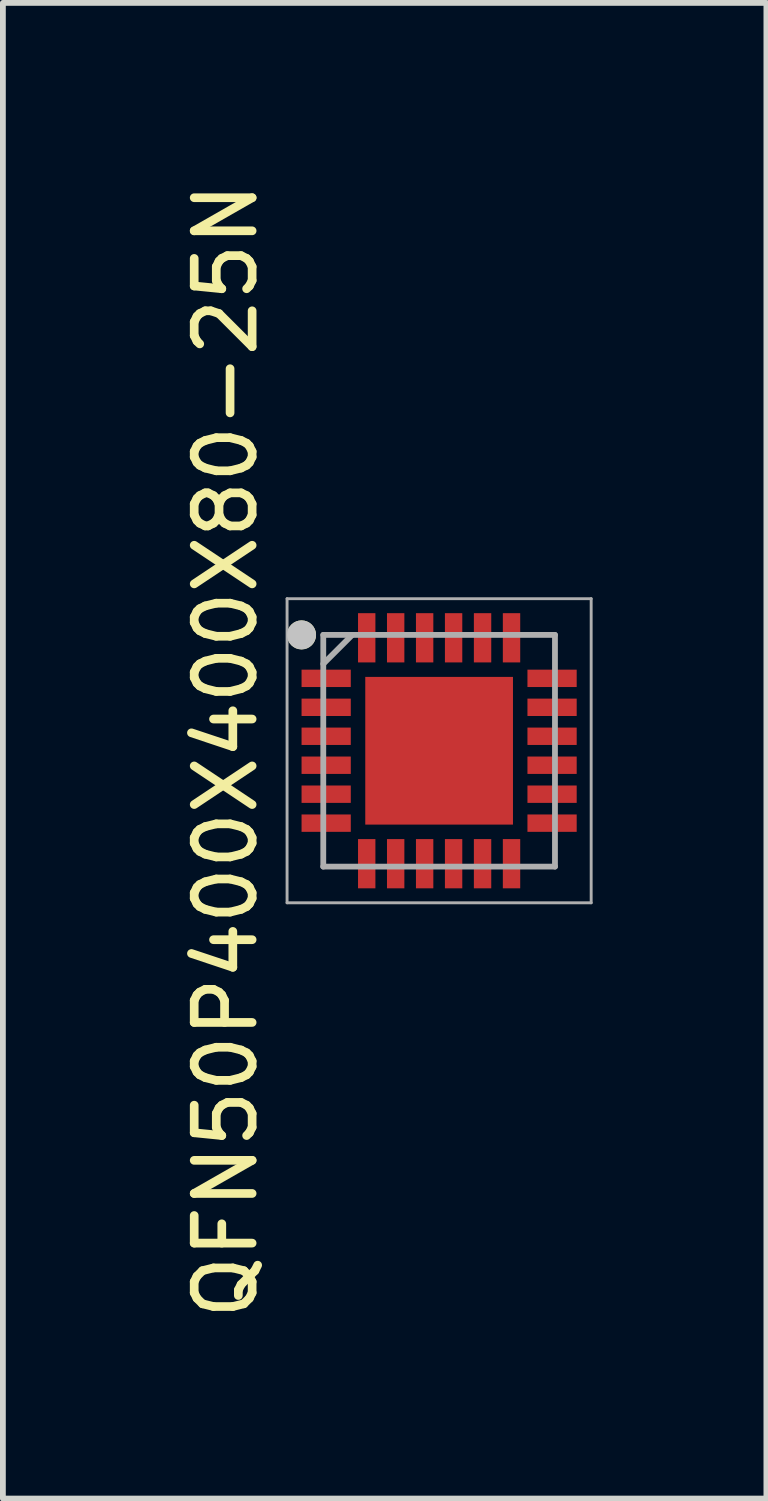
<source format=kicad_pcb>
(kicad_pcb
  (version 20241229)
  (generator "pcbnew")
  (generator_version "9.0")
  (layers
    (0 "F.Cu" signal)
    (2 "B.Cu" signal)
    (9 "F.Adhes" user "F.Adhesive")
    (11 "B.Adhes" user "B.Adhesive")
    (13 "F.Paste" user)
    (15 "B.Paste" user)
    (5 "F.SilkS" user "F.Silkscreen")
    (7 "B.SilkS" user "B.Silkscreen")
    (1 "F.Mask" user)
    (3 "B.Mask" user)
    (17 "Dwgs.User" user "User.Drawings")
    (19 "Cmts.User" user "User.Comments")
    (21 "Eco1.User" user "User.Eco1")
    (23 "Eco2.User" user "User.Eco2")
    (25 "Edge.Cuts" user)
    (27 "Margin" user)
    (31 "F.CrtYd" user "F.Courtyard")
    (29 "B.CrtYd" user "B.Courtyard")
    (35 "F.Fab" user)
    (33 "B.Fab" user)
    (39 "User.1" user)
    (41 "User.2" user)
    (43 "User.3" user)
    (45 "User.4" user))
  (footprint "QFN50P400X400X80-25N"
    (layer "F.Cu")
    (at 4.531 9.911)
    (property "Reference" "QFN50P400X400X80-25N" (at -3.683 0 90) (layer "F.SilkS") (effects (font (size 1 1) (thickness 0.15))))
    (attr through_hole)
    (fp_circle (center -2.375 -2) (end -2.25 -2) (stroke (width 0.25) (type solid)) (fill no) (layer "F.SilkS"))
    (fp_circle (center -2.375 -2) (end -2.25 -2) (stroke (width 0.25) (type solid)) (fill no) (layer "Dwgs.User"))
    (fp_line (start -2.625 -2.625) (end 2.625 -2.625) (stroke (width 0.05) (type solid)) (layer "F.Fab"))
    (fp_line (start -2.625 2.625) (end -2.625 -2.625) (stroke (width 0.05) (type solid)) (layer "F.Fab"))
    (fp_line (start -2 -2) (end 2 -2) (stroke (width 0.1) (type solid)) (layer "F.Fab"))
    (fp_line (start -2 -1.5) (end -1.5 -2) (stroke (width 0.1) (type solid)) (layer "F.Fab"))
    (fp_line (start -2 2) (end -2 -2) (stroke (width 0.1) (type solid)) (layer "F.Fab"))
    (fp_line (start 2 -2) (end 2 2) (stroke (width 0.1) (type solid)) (layer "F.Fab"))
    (fp_line (start 2 2) (end -2 2) (stroke (width 0.1) (type solid)) (layer "F.Fab"))
    (fp_line (start 2.625 -2.625) (end 2.625 2.625) (stroke (width 0.05) (type solid)) (layer "F.Fab"))
    (fp_line (start 2.625 2.625) (end -2.625 2.625) (stroke (width 0.05) (type solid)) (layer "F.Fab"))
    (pad "1" smd rect (at -1.95 -1.25) (size 0.85 0.3) (layers "F.Cu" "F.Mask" "F.Paste"))
    (pad "2" smd rect (at -1.95 -0.75) (size 0.85 0.3) (layers "F.Cu" "F.Mask" "F.Paste"))
    (pad "3" smd rect (at -1.95 -0.25) (size 0.85 0.3) (layers "F.Cu" "F.Mask" "F.Paste"))
    (pad "4" smd rect (at -1.95 0.25) (size 0.85 0.3) (layers "F.Cu" "F.Mask" "F.Paste"))
    (pad "5" smd rect (at -1.95 0.75) (size 0.85 0.3) (layers "F.Cu" "F.Mask" "F.Paste"))
    (pad "6" smd rect (at -1.95 1.25) (size 0.85 0.3) (layers "F.Cu" "F.Mask" "F.Paste"))
    (pad "7" smd rect (at -1.25 1.95 90) (size 0.85 0.3) (layers "F.Cu" "F.Mask" "F.Paste"))
    (pad "8" smd rect (at -0.75 1.95 90) (size 0.85 0.3) (layers "F.Cu" "F.Mask" "F.Paste"))
    (pad "9" smd rect (at -0.25 1.95 90) (size 0.85 0.3) (layers "F.Cu" "F.Mask" "F.Paste"))
    (pad "10" smd rect (at 0.25 1.95 90) (size 0.85 0.3) (layers "F.Cu" "F.Mask" "F.Paste"))
    (pad "11" smd rect (at 0.75 1.95 90) (size 0.85 0.3) (layers "F.Cu" "F.Mask" "F.Paste"))
    (pad "12" smd rect (at 1.25 1.95 90) (size 0.85 0.3) (layers "F.Cu" "F.Mask" "F.Paste"))
    (pad "13" smd rect (at 1.95 1.25) (size 0.85 0.3) (layers "F.Cu" "F.Mask" "F.Paste"))
    (pad "14" smd rect (at 1.95 0.75) (size 0.85 0.3) (layers "F.Cu" "F.Mask" "F.Paste"))
    (pad "15" smd rect (at 1.95 0.25) (size 0.85 0.3) (layers "F.Cu" "F.Mask" "F.Paste"))
    (pad "16" smd rect (at 1.95 -0.25) (size 0.85 0.3) (layers "F.Cu" "F.Mask" "F.Paste"))
    (pad "17" smd rect (at 1.95 -0.75) (size 0.85 0.3) (layers "F.Cu" "F.Mask" "F.Paste"))
    (pad "18" smd rect (at 1.95 -1.25) (size 0.85 0.3) (layers "F.Cu" "F.Mask" "F.Paste"))
    (pad "19" smd rect (at 1.25 -1.95 90) (size 0.85 0.3) (layers "F.Cu" "F.Mask" "F.Paste"))
    (pad "20" smd rect (at 0.75 -1.95 90) (size 0.85 0.3) (layers "F.Cu" "F.Mask" "F.Paste"))
    (pad "21" smd rect (at 0.25 -1.95 90) (size 0.85 0.3) (layers "F.Cu" "F.Mask" "F.Paste"))
    (pad "22" smd rect (at -0.25 -1.95 90) (size 0.85 0.3) (layers "F.Cu" "F.Mask" "F.Paste"))
    (pad "23" smd rect (at -0.75 -1.95 90) (size 0.85 0.3) (layers "F.Cu" "F.Mask" "F.Paste"))
    (pad "24" smd rect (at -1.25 -1.95 90) (size 0.85 0.3) (layers "F.Cu" "F.Mask" "F.Paste"))
    (pad "25" smd rect (at 0 0 90) (size 2.55 2.55) (layers "F.Cu" "F.Mask" "F.Paste")))
  (gr_rect
    (start -3 -3)
    (end 10.181 22.821)
    (stroke (width 0.1) (type default))
    (fill no)
    (layer "Edge.Cuts")))
</source>
